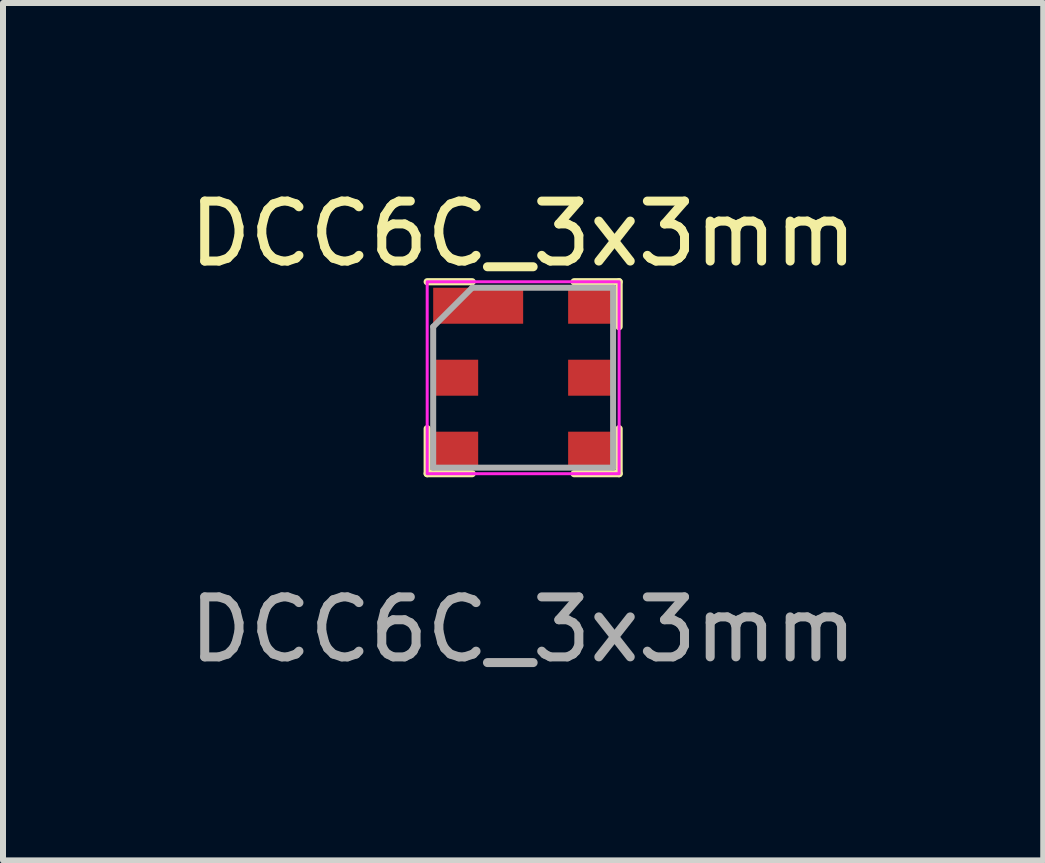
<source format=kicad_pcb>
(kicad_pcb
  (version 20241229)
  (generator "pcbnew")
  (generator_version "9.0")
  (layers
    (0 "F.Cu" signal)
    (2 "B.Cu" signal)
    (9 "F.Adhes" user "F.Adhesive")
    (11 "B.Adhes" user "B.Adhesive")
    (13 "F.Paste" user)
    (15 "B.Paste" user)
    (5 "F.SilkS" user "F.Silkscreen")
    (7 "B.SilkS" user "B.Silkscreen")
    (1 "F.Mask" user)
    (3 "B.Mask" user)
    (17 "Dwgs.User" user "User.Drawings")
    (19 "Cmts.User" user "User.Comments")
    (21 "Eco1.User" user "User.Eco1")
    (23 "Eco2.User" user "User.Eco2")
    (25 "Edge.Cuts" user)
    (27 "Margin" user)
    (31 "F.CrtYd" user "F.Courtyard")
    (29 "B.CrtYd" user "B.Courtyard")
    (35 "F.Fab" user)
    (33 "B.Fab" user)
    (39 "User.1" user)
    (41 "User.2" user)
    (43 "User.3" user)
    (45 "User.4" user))
  (footprint "DCC6C_3x3mm"
    (layer "F.Cu")
    (at 5.673 3.248)
    (property "Reference" "DCC6C_3x3mm" (at 0 -2.4 0) (unlocked yes) (layer "F.SilkS") (effects (font (size 1 1) (thickness 0.15))))
    (attr smd)
    (fp_line (start -1.6 -1.6) (end -0.85 -1.6) (stroke (width 0.12) (type solid)) (layer "F.SilkS"))
    (fp_line (start -1.6 1.6) (end -1.6 0.85) (stroke (width 0.12) (type solid)) (layer "F.SilkS"))
    (fp_line (start -0.85 1.6) (end -1.6 1.6) (stroke (width 0.12) (type solid)) (layer "F.SilkS"))
    (fp_line (start 1.6 -1.6) (end 0.85 -1.6) (stroke (width 0.12) (type solid)) (layer "F.SilkS"))
    (fp_line (start 1.6 -1.6) (end 1.6 -0.85) (stroke (width 0.12) (type solid)) (layer "F.SilkS"))
    (fp_line (start 1.6 1.6) (end 0.85 1.6) (stroke (width 0.12) (type solid)) (layer "F.SilkS"))
    (fp_line (start 1.6 1.6) (end 1.6 0.85) (stroke (width 0.12) (type solid)) (layer "F.SilkS"))
    (fp_rect (start 1.6 1.6) (end -1.6 -1.6) (stroke (width 0.05) (type solid)) (fill no) (layer "F.CrtYd"))
    (fp_line (start -1.5 -0.85) (end -0.85 -1.5) (stroke (width 0.1) (type solid)) (layer "F.Fab"))
    (fp_line (start -1.5 1.5) (end -1.5 -0.85) (stroke (width 0.1) (type solid)) (layer "F.Fab"))
    (fp_line (start -0.85 -1.5) (end 1.5 -1.5) (stroke (width 0.1) (type solid)) (layer "F.Fab"))
    (fp_line (start 1.5 -1.5) (end 1.5 1.5) (stroke (width 0.1) (type solid)) (layer "F.Fab"))
    (fp_line (start 1.5 1.5) (end -1.5 1.5) (stroke (width 0.1) (type solid)) (layer "F.Fab"))
    (fp_text user "${REFERENCE}" (at 0 4.2 0) (unlocked yes) (layer "F.Fab") (effects (font (size 1 1) (thickness 0.15))))
    (pad "1" smd rect (at -0.75 -1.2 90) (size 0.6 1.5) (layers "F.Cu" "F.Mask" "F.Paste"))
    (pad "2" smd rect (at -1.125 0 90) (size 0.6 0.75) (layers "F.Cu" "F.Mask" "F.Paste"))
    (pad "3" smd rect (at -1.125 1.2 90) (size 0.6 0.75) (layers "F.Cu" "F.Mask" "F.Paste"))
    (pad "4" smd rect (at 1.125 1.2 90) (size 0.6 0.75) (layers "F.Cu" "F.Mask" "F.Paste"))
    (pad "5" smd rect (at 1.125 0 90) (size 0.6 0.75) (layers "F.Cu" "F.Mask" "F.Paste"))
    (pad "6" smd rect (at 1.125 -1.2 90) (size 0.6 0.75) (layers "F.Cu" "F.Mask" "F.Paste")))
  (gr_rect
    (start -3 -3)
    (end 14.345 11.296)
    (stroke (width 0.1) (type default))
    (fill no)
    (layer "Edge.Cuts")))
</source>
